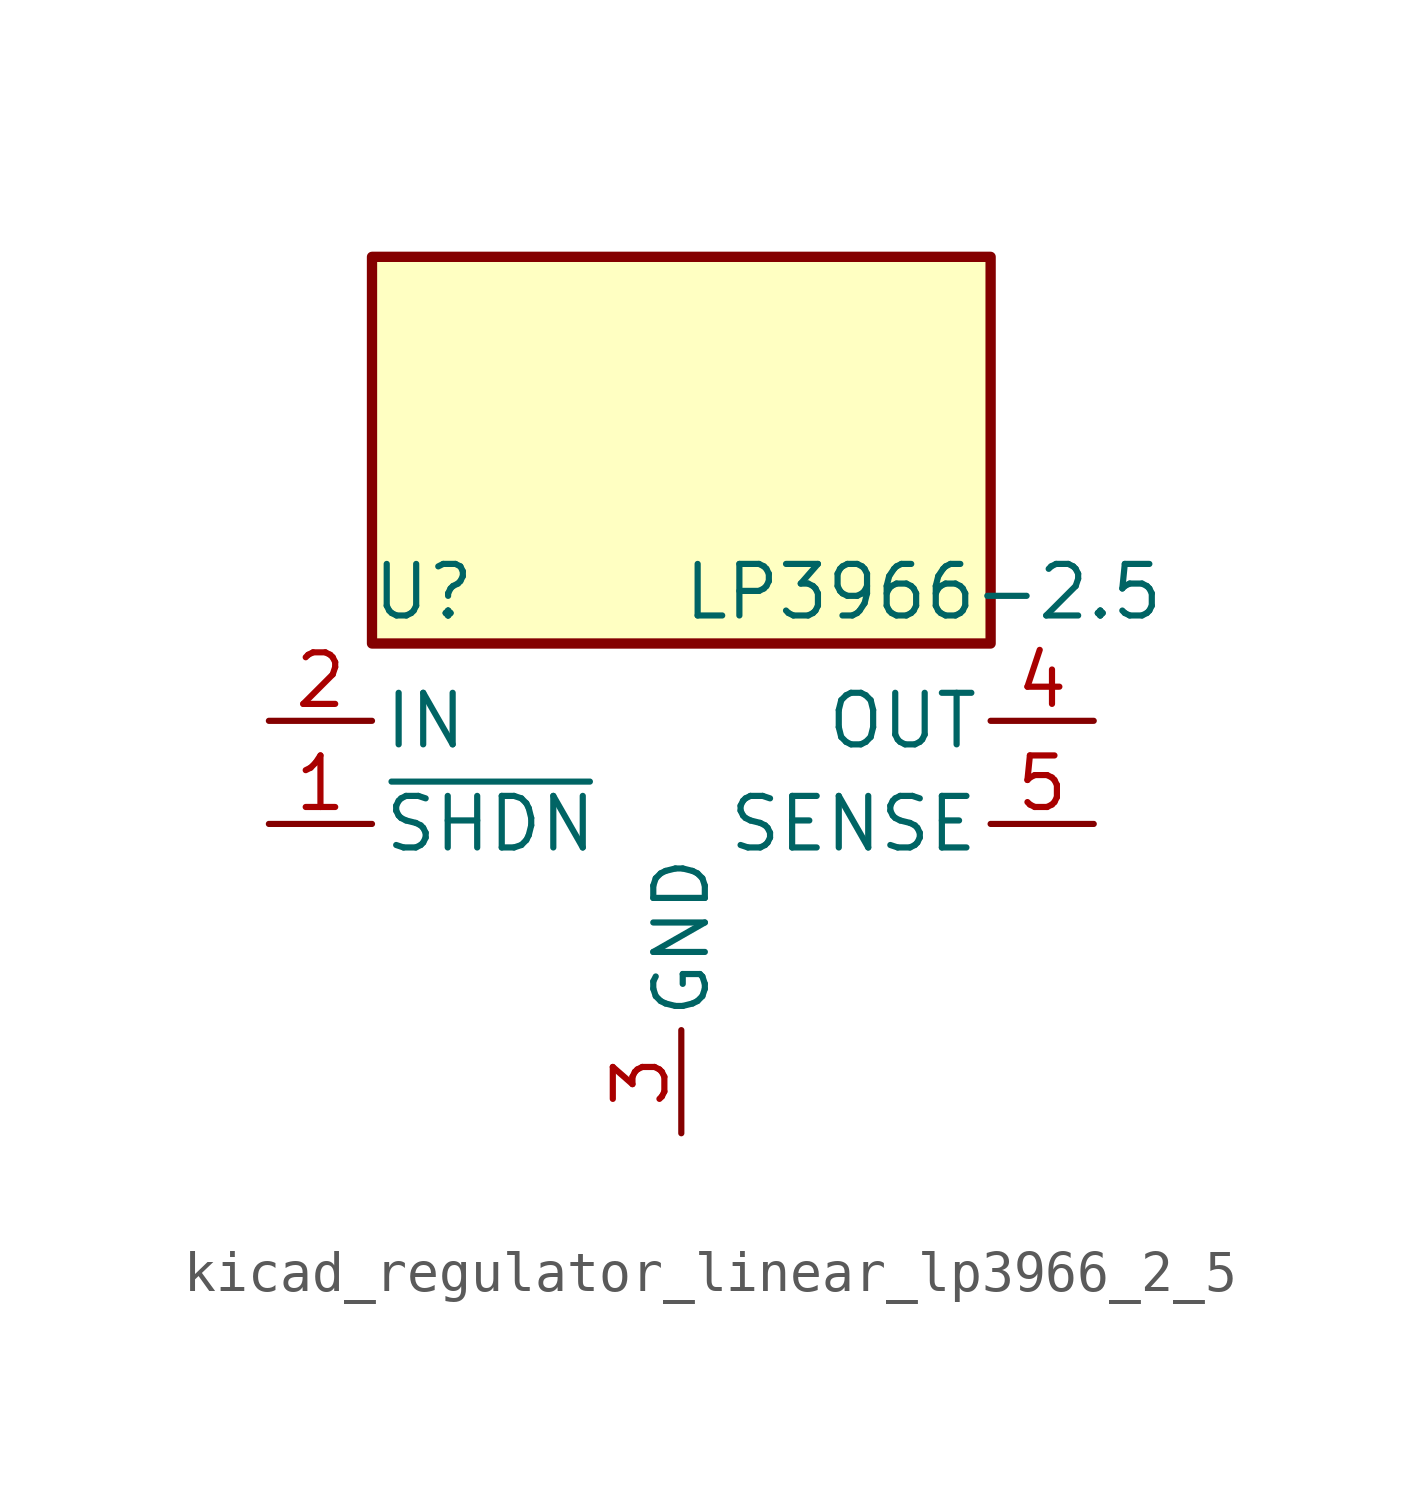
<source format=kicad_sym>
(kicad_symbol_lib
  (version 20220914)
  (generator kicad_symbol_editor)
  (symbol "kicad_regulator_linear_lp3966_2_5"
    (pin_names
      (offset 0.254))
    (property "Reference" "U"
      (at -6.35 5.715 0)
      (effects (font (size 1.27 1.27))))
    (property "Value" "LP3966-2.5"
      (at 0 5.715 0)
      (effects (font (size 1.27 1.27)) (justify left)))
    (symbol "kicad_regulator_linear_lp3966_2_5_0_1"
      (rectangle (start 7.62 13.97) (end -7.62 4.445) (stroke (width 0.254) (type default)) (fill (type background))))
    (symbol "kicad_regulator_linear_lp3966_2_5_1_1"
      (pin input line (at -10.16 0 0) (length 2.54) (name "~{SHDN}" (effects (font (size 1.27 1.27)))) (number "1" (effects (font (size 1.27 1.27)))))
      (pin power_in line (at -10.16 2.54 0) (length 2.54) (name "IN" (effects (font (size 1.27 1.27)))) (number "2" (effects (font (size 1.27 1.27)))))
      (pin power_in line (at 0 -7.62 90) (length 2.54) (name "GND" (effects (font (size 1.27 1.27)))) (number "3" (effects (font (size 1.27 1.27)))))
      (pin power_out line (at 10.16 2.54 180) (length 2.54) (name "OUT" (effects (font (size 1.27 1.27)))) (number "4" (effects (font (size 1.27 1.27)))))
      (pin input line (at 10.16 0 180) (length 2.54) (name "SENSE" (effects (font (size 1.27 1.27)))) (number "5" (effects (font (size 1.27 1.27))))))))
</source>
